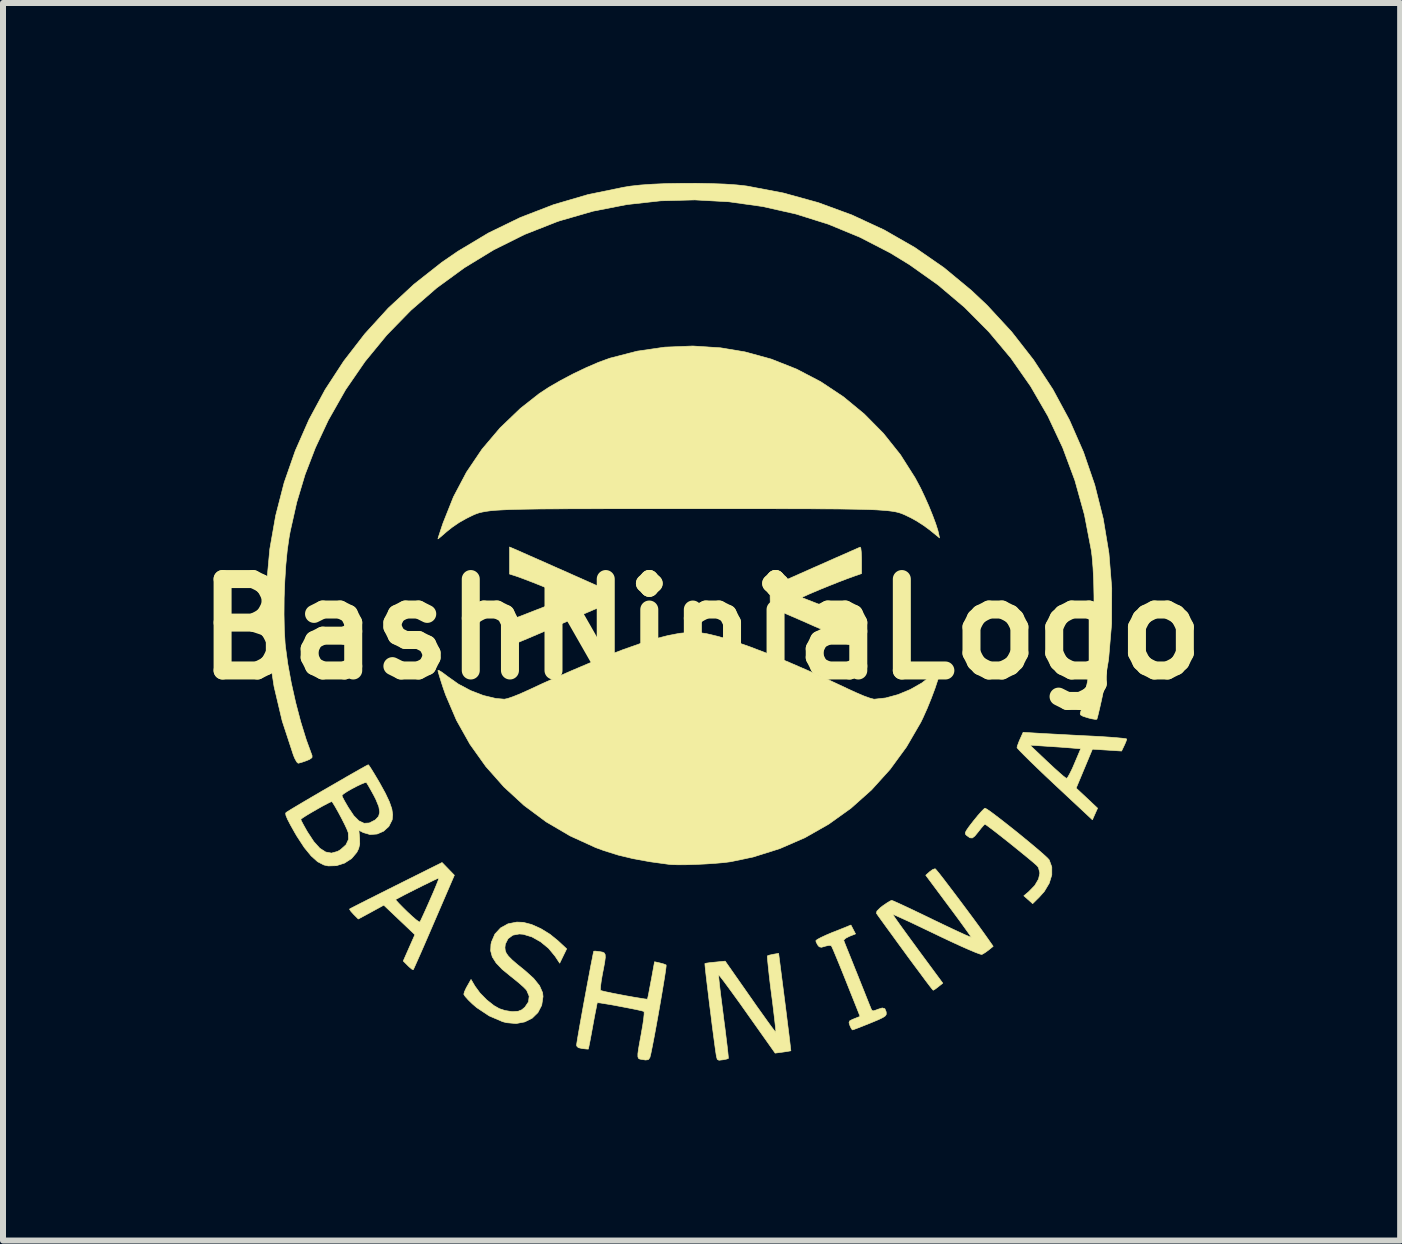
<source format=kicad_pcb>
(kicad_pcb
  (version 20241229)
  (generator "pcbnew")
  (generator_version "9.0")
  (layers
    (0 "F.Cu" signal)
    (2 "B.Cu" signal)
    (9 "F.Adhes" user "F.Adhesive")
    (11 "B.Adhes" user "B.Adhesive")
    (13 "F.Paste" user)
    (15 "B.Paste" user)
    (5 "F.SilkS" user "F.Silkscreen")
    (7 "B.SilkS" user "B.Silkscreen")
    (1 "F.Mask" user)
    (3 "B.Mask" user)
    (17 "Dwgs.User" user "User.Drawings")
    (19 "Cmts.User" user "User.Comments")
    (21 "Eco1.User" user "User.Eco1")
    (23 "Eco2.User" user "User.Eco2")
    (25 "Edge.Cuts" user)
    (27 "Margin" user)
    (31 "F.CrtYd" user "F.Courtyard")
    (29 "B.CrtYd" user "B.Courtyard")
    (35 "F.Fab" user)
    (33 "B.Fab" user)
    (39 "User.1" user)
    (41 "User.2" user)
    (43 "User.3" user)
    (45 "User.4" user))
  (footprint "BashNinjaLogo"
    (layer "F.Cu")
    (at 8.643 7.436)
    (property "Reference" "BashNinjaLogo" (at 0 0 0) (layer "F.SilkS") (effects (font (size 1.524 1.524) (thickness 0.3))))
    (attr through_hole)
    (fp_poly (pts (xy -3.118 -1.334) (xy -3.073 -1.315) (xy -2.99 -1.278) (xy -2.873 -1.226) (xy -2.73 -1.163) (xy -2.569 -1.092) (xy -2.395 -1.014) (xy -2.375 -1.006) (xy -1.714 -0.712) (xy -1.707 -0.538) (xy -1.7 -0.363) (xy -1.783 -0.33) (xy -1.832 -0.309) (xy -1.918 -0.272) (xy -2.034 -0.222) (xy -2.17 -0.161) (xy -2.319 -0.095) (xy -2.349 -0.082) (xy -2.553 0.008) (xy -2.739 0.088) (xy -2.901 0.157) (xy -3.035 0.213) (xy -3.136 0.253) (xy -3.199 0.275) (xy -3.216 0.279) (xy -3.222 0.26) (xy -3.216 0.239) (xy -3.208 0.194) (xy -3.202 0.116) (xy -3.2 0.025) (xy -3.2 -0.148) (xy -3.08 -0.193) (xy -3.013 -0.218) (xy -2.911 -0.258) (xy -2.786 -0.307) (xy -2.649 -0.36) (xy -2.593 -0.382) (xy -2.226 -0.527) (xy -2.306 -0.569) (xy -2.364 -0.596) (xy -2.458 -0.636) (xy -2.576 -0.684) (xy -2.706 -0.737) (xy -2.838 -0.789) (xy -2.958 -0.835) (xy -3.055 -0.871) (xy -3.105 -0.888) (xy -3.2 -0.918) (xy -3.2 -1.369) (xy -3.118 -1.334)) (stroke (width 0.01) (type solid)) (fill yes) (layer "F.SilkS"))
    (fp_poly (pts (xy 2.655 -1.348) (xy 2.662 -1.288) (xy 2.666 -1.2) (xy 2.667 -1.151) (xy 2.667 -0.926) (xy 2.534 -0.879) (xy 2.421 -0.838) (xy 2.28 -0.784) (xy 2.127 -0.723) (xy 1.979 -0.663) (xy 1.852 -0.609) (xy 1.793 -0.584) (xy 1.667 -0.527) (xy 1.894 -0.439) (xy 2.019 -0.391) (xy 2.168 -0.334) (xy 2.318 -0.276) (xy 2.394 -0.247) (xy 2.667 -0.143) (xy 2.667 0.068) (xy 2.666 0.164) (xy 2.664 0.237) (xy 2.662 0.275) (xy 2.661 0.278) (xy 2.636 0.269) (xy 2.576 0.247) (xy 2.502 0.218) (xy 2.434 0.19) (xy 2.329 0.146) (xy 2.195 0.089) (xy 2.043 0.022) (xy 1.879 -0.049) (xy 1.803 -0.083) (xy 1.646 -0.152) (xy 1.501 -0.215) (xy 1.376 -0.269) (xy 1.279 -0.31) (xy 1.217 -0.335) (xy 1.2 -0.341) (xy 1.17 -0.356) (xy 1.152 -0.383) (xy 1.145 -0.435) (xy 1.143 -0.525) (xy 1.143 -0.531) (xy 1.143 -0.702) (xy 1.883 -1.031) (xy 2.065 -1.111) (xy 2.231 -1.185) (xy 2.378 -1.249) (xy 2.497 -1.302) (xy 2.586 -1.341) (xy 2.636 -1.363) (xy 2.645 -1.367) (xy 2.655 -1.348)) (stroke (width 0.01) (type solid)) (fill yes) (layer "F.SilkS"))
    (fp_poly (pts (xy 5.608 1.735) (xy 5.706 1.741) (xy 5.843 1.748) (xy 6.01 1.757) (xy 6.193 1.767) (xy 6.383 1.777) (xy 6.471 1.781) (xy 6.641 1.79) (xy 6.794 1.8) (xy 6.921 1.81) (xy 7.017 1.819) (xy 7.074 1.827) (xy 7.087 1.832) (xy 7.077 1.866) (xy 7.052 1.926) (xy 7.044 1.942) (xy 7.001 2.032) (xy 6.515 2.001) (xy 6.244 2.65) (xy 6.423 2.817) (xy 6.601 2.985) (xy 6.558 3.081) (xy 6.515 3.178) (xy 5.886 2.591) (xy 5.737 2.451) (xy 5.601 2.321) (xy 5.482 2.206) (xy 5.384 2.109) (xy 5.311 2.035) (xy 5.268 1.988) (xy 5.258 1.973) (xy 5.268 1.934) (xy 5.474 1.934) (xy 5.766 2.211) (xy 5.867 2.305) (xy 5.957 2.386) (xy 6.027 2.447) (xy 6.073 2.482) (xy 6.084 2.488) (xy 6.105 2.467) (xy 6.138 2.408) (xy 6.181 2.321) (xy 6.215 2.242) (xy 6.32 1.994) (xy 6.113 1.977) (xy 5.979 1.967) (xy 5.827 1.957) (xy 5.69 1.948) (xy 5.69 1.948) (xy 5.474 1.934) (xy 5.268 1.934) (xy 5.269 1.934) (xy 5.294 1.867) (xy 5.31 1.831) (xy 5.36 1.72) (xy 5.608 1.735)) (stroke (width 0.01) (type solid)) (fill yes) (layer "F.SilkS"))
    (fp_poly (pts (xy 4.755 3) (xy 4.818 3.043) (xy 4.906 3.109) (xy 5.014 3.192) (xy 5.135 3.287) (xy 5.262 3.388) (xy 5.388 3.491) (xy 5.509 3.591) (xy 5.616 3.681) (xy 5.704 3.758) (xy 5.766 3.815) (xy 5.795 3.847) (xy 5.838 3.965) (xy 5.838 4.097) (xy 5.795 4.236) (xy 5.713 4.373) (xy 5.63 4.466) (xy 5.519 4.576) (xy 5.445 4.51) (xy 5.372 4.445) (xy 5.455 4.375) (xy 5.555 4.272) (xy 5.617 4.166) (xy 5.639 4.065) (xy 5.616 3.976) (xy 5.602 3.955) (xy 5.574 3.927) (xy 5.515 3.876) (xy 5.431 3.806) (xy 5.329 3.723) (xy 5.217 3.632) (xy 5.102 3.54) (xy 4.991 3.452) (xy 4.89 3.373) (xy 4.807 3.31) (xy 4.749 3.267) (xy 4.724 3.251) (xy 4.723 3.251) (xy 4.702 3.27) (xy 4.66 3.318) (xy 4.613 3.378) (xy 4.555 3.449) (xy 4.513 3.481) (xy 4.473 3.478) (xy 4.424 3.443) (xy 4.415 3.436) (xy 4.398 3.416) (xy 4.397 3.391) (xy 4.416 3.353) (xy 4.458 3.293) (xy 4.528 3.202) (xy 4.536 3.192) (xy 4.606 3.106) (xy 4.667 3.037) (xy 4.709 2.995) (xy 4.725 2.985) (xy 4.755 3)) (stroke (width 0.01) (type solid)) (fill yes) (layer "F.SilkS"))
    (fp_poly (pts (xy -4.222 3.996) (xy -4.12 4.102) (xy -4.457 4.884) (xy -4.537 5.07) (xy -4.611 5.241) (xy -4.677 5.392) (xy -4.732 5.516) (xy -4.773 5.608) (xy -4.798 5.663) (xy -4.805 5.677) (xy -4.828 5.668) (xy -4.872 5.631) (xy -4.894 5.61) (xy -4.972 5.532) (xy -4.875 5.312) (xy -4.778 5.093) (xy -5.037 4.847) (xy -5.296 4.601) (xy -5.508 4.717) (xy -5.721 4.832) (xy -5.799 4.754) (xy -5.844 4.704) (xy -5.866 4.671) (xy -5.866 4.665) (xy -5.841 4.651) (xy -5.777 4.618) (xy -5.677 4.567) (xy -5.562 4.509) (xy -5.1 4.509) (xy -5.085 4.527) (xy -5.042 4.574) (xy -4.976 4.641) (xy -4.909 4.707) (xy -4.828 4.783) (xy -4.76 4.842) (xy -4.713 4.876) (xy -4.696 4.882) (xy -4.68 4.854) (xy -4.649 4.787) (xy -4.605 4.691) (xy -4.553 4.574) (xy -4.525 4.51) (xy -4.471 4.387) (xy -4.427 4.282) (xy -4.395 4.202) (xy -4.379 4.156) (xy -4.378 4.148) (xy -4.401 4.157) (xy -4.46 4.184) (xy -4.545 4.226) (xy -4.648 4.276) (xy -4.758 4.331) (xy -4.867 4.386) (xy -4.965 4.436) (xy -5.042 4.477) (xy -5.091 4.503) (xy -5.1 4.509) (xy -5.562 4.509) (xy -5.548 4.502) (xy -5.395 4.425) (xy -5.224 4.339) (xy -5.09 4.272) (xy -4.325 3.89) (xy -4.222 3.996)) (stroke (width 0.01) (type solid)) (fill yes) (layer "F.SilkS"))
    (fp_poly (pts (xy 2.567 5.08) (xy 2.463 5.121) (xy 2.403 5.152) (xy 2.372 5.181) (xy 2.371 5.191) (xy 2.383 5.222) (xy 2.411 5.293) (xy 2.453 5.397) (xy 2.505 5.526) (xy 2.564 5.674) (xy 2.591 5.74) (xy 2.653 5.896) (xy 2.71 6.038) (xy 2.758 6.159) (xy 2.795 6.252) (xy 2.818 6.308) (xy 2.822 6.319) (xy 2.839 6.354) (xy 2.863 6.363) (xy 2.911 6.348) (xy 2.938 6.337) (xy 3.012 6.314) (xy 3.055 6.326) (xy 3.076 6.375) (xy 3.079 6.397) (xy 3.078 6.424) (xy 3.061 6.448) (xy 3.022 6.474) (xy 2.952 6.508) (xy 2.844 6.553) (xy 2.808 6.568) (xy 2.698 6.612) (xy 2.606 6.648) (xy 2.542 6.672) (xy 2.515 6.68) (xy 2.497 6.659) (xy 2.473 6.608) (xy 2.473 6.607) (xy 2.458 6.559) (xy 2.469 6.53) (xy 2.514 6.506) (xy 2.544 6.494) (xy 2.642 6.455) (xy 2.594 6.333) (xy 2.477 6.04) (xy 2.379 5.794) (xy 2.299 5.596) (xy 2.237 5.446) (xy 2.194 5.343) (xy 2.168 5.287) (xy 2.162 5.277) (xy 2.128 5.271) (xy 2.068 5.283) (xy 2.058 5.287) (xy 1.998 5.303) (xy 1.962 5.295) (xy 1.939 5.269) (xy 1.912 5.22) (xy 1.905 5.194) (xy 1.927 5.174) (xy 1.988 5.141) (xy 2.078 5.099) (xy 2.189 5.052) (xy 2.198 5.049) (xy 2.49 4.932) (xy 2.567 5.08)) (stroke (width 0.01) (type solid)) (fill yes) (layer "F.SilkS"))
    (fp_poly (pts (xy -2.972 4.887) (xy -2.833 4.923) (xy -2.679 4.992) (xy -2.526 5.086) (xy -2.393 5.194) (xy -2.248 5.329) (xy -2.306 5.448) (xy -2.364 5.568) (xy -2.441 5.452) (xy -2.55 5.32) (xy -2.683 5.211) (xy -2.827 5.13) (xy -2.972 5.086) (xy -3.038 5.081) (xy -3.145 5.101) (xy -3.225 5.16) (xy -3.27 5.249) (xy -3.277 5.307) (xy -3.272 5.356) (xy -3.255 5.401) (xy -3.219 5.451) (xy -3.16 5.511) (xy -3.07 5.589) (xy -2.946 5.689) (xy -2.799 5.821) (xy -2.7 5.944) (xy -2.649 6.06) (xy -2.642 6.124) (xy -2.664 6.269) (xy -2.727 6.391) (xy -2.823 6.485) (xy -2.947 6.547) (xy -3.091 6.574) (xy -3.249 6.56) (xy -3.315 6.543) (xy -3.539 6.447) (xy -3.748 6.308) (xy -3.819 6.247) (xy -3.888 6.18) (xy -3.939 6.123) (xy -3.962 6.087) (xy -3.962 6.083) (xy -3.951 6.043) (xy -3.921 5.978) (xy -3.902 5.945) (xy -3.842 5.839) (xy -3.777 5.95) (xy -3.692 6.066) (xy -3.581 6.179) (xy -3.46 6.275) (xy -3.37 6.326) (xy -3.275 6.357) (xy -3.169 6.374) (xy -3.141 6.375) (xy -3.056 6.369) (xy -2.996 6.345) (xy -2.944 6.301) (xy -2.884 6.212) (xy -2.873 6.118) (xy -2.913 6.024) (xy -2.923 6.01) (xy -2.967 5.965) (xy -3.039 5.901) (xy -3.128 5.828) (xy -3.175 5.791) (xy -3.322 5.671) (xy -3.424 5.564) (xy -3.488 5.463) (xy -3.515 5.362) (xy -3.51 5.254) (xy -3.501 5.214) (xy -3.444 5.082) (xy -3.349 4.98) (xy -3.226 4.912) (xy -3.08 4.883) (xy -2.972 4.887)) (stroke (width 0.01) (type solid)) (fill yes) (layer "F.SilkS"))
    (fp_poly (pts (xy 1.389 6.214) (xy 1.414 6.411) (xy 1.436 6.59) (xy 1.456 6.747) (xy 1.471 6.874) (xy 1.482 6.967) (xy 1.488 7.019) (xy 1.489 7.028) (xy 1.464 7.033) (xy 1.404 7.043) (xy 1.356 7.05) (xy 1.227 7.067) (xy 0.759 6.406) (xy 0.646 6.246) (xy 0.541 6.101) (xy 0.45 5.976) (xy 0.376 5.876) (xy 0.321 5.805) (xy 0.29 5.768) (xy 0.285 5.765) (xy 0.286 5.794) (xy 0.293 5.867) (xy 0.305 5.977) (xy 0.322 6.118) (xy 0.343 6.281) (xy 0.366 6.461) (xy 0.366 6.466) (xy 0.39 6.646) (xy 0.41 6.809) (xy 0.427 6.948) (xy 0.439 7.056) (xy 0.446 7.128) (xy 0.447 7.156) (xy 0.447 7.156) (xy 0.418 7.166) (xy 0.36 7.178) (xy 0.349 7.179) (xy 0.291 7.186) (xy 0.262 7.171) (xy 0.249 7.123) (xy 0.244 7.096) (xy 0.231 7.009) (xy 0.215 6.89) (xy 0.196 6.747) (xy 0.175 6.587) (xy 0.154 6.416) (xy 0.132 6.244) (xy 0.112 6.076) (xy 0.093 5.921) (xy 0.077 5.786) (xy 0.065 5.679) (xy 0.058 5.606) (xy 0.056 5.575) (xy 0.056 5.574) (xy 0.084 5.567) (xy 0.148 5.558) (xy 0.229 5.55) (xy 0.394 5.534) (xy 0.812 6.131) (xy 0.919 6.284) (xy 1.017 6.421) (xy 1.101 6.539) (xy 1.168 6.631) (xy 1.215 6.693) (xy 1.237 6.72) (xy 1.238 6.72) (xy 1.238 6.694) (xy 1.231 6.624) (xy 1.219 6.517) (xy 1.203 6.381) (xy 1.184 6.222) (xy 1.166 6.086) (xy 1.144 5.913) (xy 1.126 5.758) (xy 1.112 5.627) (xy 1.102 5.526) (xy 1.097 5.464) (xy 1.098 5.446) (xy 1.13 5.434) (xy 1.19 5.421) (xy 1.198 5.419) (xy 1.285 5.405) (xy 1.389 6.214)) (stroke (width 0.01) (type solid)) (fill yes) (layer "F.SilkS"))
    (fp_poly (pts (xy 3.895 3.995) (xy 3.916 4.017) (xy 3.962 4.073) (xy 4.029 4.159) (xy 4.112 4.268) (xy 4.208 4.394) (xy 4.311 4.531) (xy 4.417 4.673) (xy 4.522 4.814) (xy 4.621 4.949) (xy 4.709 5.071) (xy 4.782 5.174) (xy 4.793 5.19) (xy 4.861 5.287) (xy 4.786 5.348) (xy 4.726 5.392) (xy 4.676 5.421) (xy 4.671 5.423) (xy 4.638 5.415) (xy 4.565 5.388) (xy 4.458 5.343) (xy 4.32 5.282) (xy 4.159 5.208) (xy 3.979 5.123) (xy 3.913 5.091) (xy 3.737 5.007) (xy 3.576 4.93) (xy 3.436 4.864) (xy 3.322 4.812) (xy 3.24 4.775) (xy 3.195 4.756) (xy 3.189 4.754) (xy 3.201 4.776) (xy 3.24 4.833) (xy 3.302 4.921) (xy 3.383 5.033) (xy 3.479 5.165) (xy 3.587 5.312) (xy 3.601 5.332) (xy 4.021 5.901) (xy 3.947 5.96) (xy 3.896 5.999) (xy 3.864 6.018) (xy 3.861 6.019) (xy 3.843 5.999) (xy 3.799 5.943) (xy 3.733 5.856) (xy 3.649 5.742) (xy 3.549 5.608) (xy 3.438 5.458) (xy 3.391 5.393) (xy 3.276 5.236) (xy 3.171 5.091) (xy 3.078 4.964) (xy 3.003 4.86) (xy 2.948 4.784) (xy 2.919 4.742) (xy 2.915 4.736) (xy 2.923 4.7) (xy 2.977 4.646) (xy 3.02 4.612) (xy 3.09 4.564) (xy 3.145 4.531) (xy 3.17 4.521) (xy 3.199 4.532) (xy 3.267 4.562) (xy 3.369 4.609) (xy 3.499 4.67) (xy 3.65 4.742) (xy 3.816 4.822) (xy 3.846 4.837) (xy 4.013 4.917) (xy 4.164 4.989) (xy 4.293 5.049) (xy 4.395 5.096) (xy 4.464 5.125) (xy 4.494 5.136) (xy 4.495 5.135) (xy 4.48 5.111) (xy 4.439 5.052) (xy 4.375 4.963) (xy 4.294 4.851) (xy 4.198 4.721) (xy 4.115 4.61) (xy 3.737 4.102) (xy 3.802 4.044) (xy 3.853 4.007) (xy 3.892 3.994) (xy 3.895 3.995)) (stroke (width 0.01) (type solid)) (fill yes) (layer "F.SilkS"))
    (fp_poly (pts (xy -0.038 0.058) (xy 0.081 0.075) (xy 0.282 0.123) (xy 0.524 0.196) (xy 0.802 0.293) (xy 1.114 0.412) (xy 1.457 0.553) (xy 1.826 0.713) (xy 2.22 0.893) (xy 2.448 1) (xy 2.586 1.063) (xy 2.708 1.115) (xy 2.806 1.15) (xy 2.87 1.167) (xy 2.88 1.168) (xy 3.07 1.147) (xy 3.275 1.091) (xy 3.48 1.006) (xy 3.672 0.897) (xy 3.835 0.771) (xy 3.838 0.768) (xy 3.994 0.623) (xy 3.975 0.712) (xy 3.942 0.834) (xy 3.892 0.986) (xy 3.829 1.154) (xy 3.76 1.324) (xy 3.69 1.48) (xy 3.654 1.554) (xy 3.417 1.962) (xy 3.142 2.338) (xy 2.833 2.68) (xy 2.492 2.984) (xy 2.121 3.25) (xy 1.724 3.476) (xy 1.303 3.659) (xy 0.861 3.798) (xy 0.485 3.877) (xy 0.376 3.891) (xy 0.236 3.903) (xy 0.077 3.914) (xy -0.089 3.922) (xy -0.248 3.927) (xy -0.388 3.928) (xy -0.496 3.925) (xy -0.533 3.922) (xy -0.854 3.878) (xy -1.136 3.827) (xy -1.39 3.766) (xy -1.626 3.692) (xy -1.765 3.641) (xy -2.19 3.447) (xy -2.589 3.213) (xy -2.958 2.939) (xy -3.294 2.63) (xy -3.596 2.289) (xy -3.861 1.917) (xy -4.085 1.518) (xy -4.266 1.095) (xy -4.305 0.984) (xy -4.341 0.873) (xy -4.37 0.779) (xy -4.389 0.713) (xy -4.394 0.688) (xy -4.376 0.689) (xy -4.329 0.717) (xy -4.261 0.767) (xy -4.235 0.787) (xy -4.051 0.917) (xy -3.847 1.025) (xy -3.636 1.106) (xy -3.431 1.155) (xy -3.286 1.168) (xy -3.233 1.157) (xy -3.145 1.127) (xy -3.032 1.082) (xy -2.903 1.024) (xy -2.88 1.014) (xy -2.653 0.908) (xy -2.405 0.797) (xy -2.148 0.685) (xy -1.894 0.577) (xy -1.653 0.477) (xy -1.439 0.392) (xy -1.311 0.343) (xy -1.022 0.241) (xy -0.771 0.161) (xy -0.552 0.105) (xy -0.361 0.069) (xy -0.192 0.054) (xy -0.038 0.058)) (stroke (width 0.01) (type solid)) (fill yes) (layer "F.SilkS"))
    (fp_poly (pts (xy 0.316 -4.689) (xy 0.724 -4.621) (xy 1.162 -4.501) (xy 1.584 -4.334) (xy 1.986 -4.124) (xy 2.364 -3.873) (xy 2.713 -3.585) (xy 3.032 -3.262) (xy 3.315 -2.907) (xy 3.559 -2.523) (xy 3.651 -2.351) (xy 3.72 -2.205) (xy 3.789 -2.05) (xy 3.851 -1.897) (xy 3.903 -1.758) (xy 3.939 -1.646) (xy 3.949 -1.605) (xy 3.967 -1.52) (xy 3.806 -1.651) (xy 3.704 -1.726) (xy 3.591 -1.799) (xy 3.492 -1.854) (xy 3.491 -1.855) (xy 3.446 -1.876) (xy 3.406 -1.896) (xy 3.368 -1.913) (xy 3.328 -1.929) (xy 3.285 -1.943) (xy 3.235 -1.955) (xy 3.175 -1.965) (xy 3.104 -1.974) (xy 3.017 -1.981) (xy 2.913 -1.988) (xy 2.788 -1.993) (xy 2.641 -1.997) (xy 2.467 -2) (xy 2.265 -2.003) (xy 2.031 -2.004) (xy 1.763 -2.006) (xy 1.458 -2.006) (xy 1.114 -2.007) (xy 0.727 -2.007) (xy 0.294 -2.007) (xy -0.186 -2.007) (xy -0.203 -2.007) (xy -0.686 -2.007) (xy -1.12 -2.007) (xy -1.509 -2.007) (xy -1.856 -2.006) (xy -2.163 -2.006) (xy -2.433 -2.004) (xy -2.668 -2.003) (xy -2.872 -2) (xy -3.048 -1.997) (xy -3.197 -1.993) (xy -3.323 -1.987) (xy -3.429 -1.981) (xy -3.517 -1.973) (xy -3.59 -1.963) (xy -3.651 -1.952) (xy -3.703 -1.94) (xy -3.748 -1.925) (xy -3.789 -1.909) (xy -3.829 -1.89) (xy -3.87 -1.87) (xy -3.916 -1.847) (xy -3.924 -1.843) (xy -4.039 -1.778) (xy -4.159 -1.696) (xy -4.248 -1.625) (xy -4.317 -1.565) (xy -4.368 -1.522) (xy -4.393 -1.504) (xy -4.394 -1.504) (xy -4.387 -1.531) (xy -4.366 -1.595) (xy -4.336 -1.687) (xy -4.308 -1.77) (xy -4.135 -2.204) (xy -3.918 -2.615) (xy -3.659 -2.999) (xy -3.358 -3.354) (xy -3.019 -3.679) (xy -2.705 -3.926) (xy -2.545 -4.031) (xy -2.351 -4.143) (xy -2.139 -4.255) (xy -1.921 -4.359) (xy -1.715 -4.448) (xy -1.533 -4.514) (xy -1.524 -4.517) (xy -1.074 -4.633) (xy -0.613 -4.7) (xy -0.148 -4.719) (xy 0.316 -4.689)) (stroke (width 0.01) (type solid)) (fill yes) (layer "F.SilkS"))
    (fp_poly (pts (xy -1.71 5.374) (xy -1.694 5.376) (xy -1.65 5.384) (xy -1.621 5.398) (xy -1.606 5.425) (xy -1.604 5.473) (xy -1.614 5.55) (xy -1.635 5.665) (xy -1.651 5.745) (xy -1.67 5.854) (xy -1.682 5.944) (xy -1.686 6.004) (xy -1.682 6.022) (xy -1.653 6.031) (xy -1.585 6.047) (xy -1.489 6.067) (xy -1.376 6.089) (xy -1.255 6.112) (xy -1.137 6.133) (xy -1.033 6.15) (xy -0.953 6.163) (xy -0.908 6.168) (xy -0.902 6.167) (xy -0.895 6.14) (xy -0.881 6.074) (xy -0.863 5.977) (xy -0.841 5.86) (xy -0.839 5.852) (xy -0.783 5.544) (xy -0.694 5.564) (xy -0.631 5.581) (xy -0.592 5.597) (xy -0.59 5.599) (xy -0.591 5.626) (xy -0.6 5.696) (xy -0.616 5.802) (xy -0.638 5.936) (xy -0.664 6.092) (xy -0.693 6.261) (xy -0.724 6.438) (xy -0.756 6.615) (xy -0.787 6.784) (xy -0.817 6.939) (xy -0.843 7.068) (xy -0.861 7.141) (xy -0.887 7.176) (xy -0.934 7.182) (xy -1.01 7.17) (xy -1.036 7.164) (xy -1.053 7.151) (xy -1.061 7.125) (xy -1.061 7.077) (xy -1.051 7.002) (xy -1.032 6.892) (xy -1.004 6.74) (xy -1.003 6.732) (xy -0.981 6.607) (xy -0.965 6.499) (xy -0.957 6.42) (xy -0.957 6.378) (xy -0.959 6.374) (xy -0.988 6.364) (xy -1.056 6.348) (xy -1.152 6.328) (xy -1.265 6.306) (xy -1.386 6.283) (xy -1.503 6.261) (xy -1.607 6.244) (xy -1.687 6.231) (xy -1.731 6.227) (xy -1.738 6.228) (xy -1.744 6.254) (xy -1.757 6.322) (xy -1.777 6.422) (xy -1.8 6.545) (xy -1.813 6.616) (xy -1.837 6.748) (xy -1.858 6.86) (xy -1.875 6.945) (xy -1.885 6.992) (xy -1.887 7) (xy -1.913 6.999) (xy -1.971 6.993) (xy -1.988 6.991) (xy -2.054 6.976) (xy -2.08 6.949) (xy -2.083 6.931) (xy -2.078 6.896) (xy -2.066 6.82) (xy -2.047 6.71) (xy -2.023 6.573) (xy -1.995 6.417) (xy -1.965 6.25) (xy -1.933 6.078) (xy -1.902 5.91) (xy -1.872 5.752) (xy -1.846 5.612) (xy -1.823 5.497) (xy -1.807 5.414) (xy -1.797 5.372) (xy -1.795 5.368) (xy -1.768 5.367) (xy -1.71 5.374)) (stroke (width 0.01) (type solid)) (fill yes) (layer "F.SilkS"))
    (fp_poly (pts (xy -5.537 2.281) (xy -5.5 2.338) (xy -5.448 2.423) (xy -5.386 2.527) (xy -5.369 2.556) (xy -5.271 2.734) (xy -5.203 2.878) (xy -5.162 2.996) (xy -5.148 3.093) (xy -5.156 3.176) (xy -5.158 3.182) (xy -5.212 3.289) (xy -5.299 3.368) (xy -5.407 3.415) (xy -5.525 3.424) (xy -5.638 3.391) (xy -5.711 3.353) (xy -5.699 3.486) (xy -5.697 3.583) (xy -5.715 3.658) (xy -5.746 3.721) (xy -5.833 3.824) (xy -5.951 3.9) (xy -6.086 3.943) (xy -6.223 3.947) (xy -6.295 3.931) (xy -6.399 3.877) (xy -6.507 3.78) (xy -6.622 3.639) (xy -6.745 3.451) (xy -6.78 3.391) (xy -6.853 3.261) (xy -6.899 3.172) (xy -6.68 3.172) (xy -6.668 3.2) (xy -6.636 3.261) (xy -6.59 3.343) (xy -6.568 3.381) (xy -6.463 3.541) (xy -6.363 3.652) (xy -6.265 3.715) (xy -6.167 3.733) (xy -6.067 3.705) (xy -6.017 3.676) (xy -5.926 3.594) (xy -5.884 3.504) (xy -5.888 3.398) (xy -5.891 3.385) (xy -5.912 3.332) (xy -5.951 3.249) (xy -6.002 3.149) (xy -6.056 3.048) (xy -6.107 2.958) (xy -6.147 2.893) (xy -6.161 2.874) (xy -6.185 2.882) (xy -6.242 2.91) (xy -6.321 2.952) (xy -6.411 3.003) (xy -6.503 3.056) (xy -6.585 3.105) (xy -6.647 3.145) (xy -6.678 3.169) (xy -6.68 3.172) (xy -6.899 3.172) (xy -6.901 3.168) (xy -6.927 3.106) (xy -6.932 3.07) (xy -6.926 3.058) (xy -6.898 3.039) (xy -6.833 2.999) (xy -6.738 2.942) (xy -6.62 2.872) (xy -6.484 2.792) (xy -6.454 2.775) (xy -5.994 2.775) (xy -5.982 2.804) (xy -5.95 2.865) (xy -5.903 2.946) (xy -5.886 2.975) (xy -5.796 3.11) (xy -5.71 3.196) (xy -5.625 3.236) (xy -5.538 3.231) (xy -5.444 3.183) (xy -5.436 3.178) (xy -5.383 3.122) (xy -5.364 3.051) (xy -5.379 2.959) (xy -5.428 2.839) (xy -5.461 2.774) (xy -5.511 2.683) (xy -5.553 2.609) (xy -5.581 2.564) (xy -5.587 2.557) (xy -5.615 2.56) (xy -5.674 2.584) (xy -5.752 2.621) (xy -5.835 2.665) (xy -5.911 2.709) (xy -5.968 2.747) (xy -5.994 2.773) (xy -5.994 2.775) (xy -6.454 2.775) (xy -6.337 2.706) (xy -6.186 2.619) (xy -6.037 2.533) (xy -5.898 2.452) (xy -5.773 2.381) (xy -5.671 2.323) (xy -5.597 2.282) (xy -5.558 2.262) (xy -5.554 2.261) (xy -5.537 2.281)) (stroke (width 0.01) (type solid)) (fill yes) (layer "F.SilkS"))
    (fp_poly (pts (xy 0.156 -7.426) (xy 0.385 -7.418) (xy 0.587 -7.404) (xy 0.749 -7.386) (xy 0.756 -7.385) (xy 1.361 -7.27) (xy 1.945 -7.109) (xy 2.506 -6.903) (xy 3.043 -6.654) (xy 3.554 -6.361) (xy 4.039 -6.025) (xy 4.497 -5.646) (xy 4.761 -5.397) (xy 5.169 -4.955) (xy 5.534 -4.487) (xy 5.856 -3.996) (xy 6.133 -3.483) (xy 6.366 -2.951) (xy 6.554 -2.403) (xy 6.695 -1.841) (xy 6.79 -1.267) (xy 6.837 -0.684) (xy 6.835 -0.094) (xy 6.785 0.501) (xy 6.685 1.097) (xy 6.664 1.194) (xy 6.638 1.309) (xy 6.615 1.406) (xy 6.598 1.474) (xy 6.589 1.502) (xy 6.562 1.504) (xy 6.5 1.494) (xy 6.438 1.478) (xy 6.357 1.452) (xy 6.317 1.429) (xy 6.311 1.403) (xy 6.313 1.399) (xy 6.331 1.34) (xy 6.355 1.243) (xy 6.383 1.116) (xy 6.413 0.972) (xy 6.443 0.822) (xy 6.47 0.675) (xy 6.493 0.543) (xy 6.494 0.533) (xy 6.513 0.369) (xy 6.528 0.166) (xy 6.537 -0.064) (xy 6.542 -0.31) (xy 6.541 -0.559) (xy 6.536 -0.801) (xy 6.525 -1.023) (xy 6.509 -1.214) (xy 6.496 -1.314) (xy 6.382 -1.907) (xy 6.223 -2.478) (xy 6.019 -3.026) (xy 5.773 -3.55) (xy 5.485 -4.047) (xy 5.157 -4.516) (xy 4.789 -4.955) (xy 4.384 -5.363) (xy 3.942 -5.737) (xy 3.464 -6.076) (xy 3.145 -6.271) (xy 2.639 -6.532) (xy 2.114 -6.749) (xy 1.573 -6.919) (xy 1.018 -7.044) (xy 0.456 -7.123) (xy -0.112 -7.154) (xy -0.681 -7.139) (xy -1.248 -7.076) (xy -1.809 -6.966) (xy -2.36 -6.807) (xy -2.413 -6.789) (xy -2.949 -6.578) (xy -3.463 -6.322) (xy -3.952 -6.024) (xy -4.414 -5.687) (xy -4.846 -5.312) (xy -5.246 -4.902) (xy -5.609 -4.46) (xy -5.934 -3.988) (xy -6.217 -3.489) (xy -6.225 -3.474) (xy -6.437 -3.021) (xy -6.609 -2.574) (xy -6.747 -2.114) (xy -6.856 -1.629) (xy -6.875 -1.524) (xy -6.905 -1.314) (xy -6.929 -1.068) (xy -6.946 -0.799) (xy -6.957 -0.52) (xy -6.959 -0.246) (xy -6.954 0.01) (xy -6.941 0.234) (xy -6.936 0.286) (xy -6.896 0.581) (xy -6.838 0.898) (xy -6.765 1.224) (xy -6.681 1.544) (xy -6.589 1.842) (xy -6.493 2.105) (xy -6.491 2.111) (xy -6.493 2.142) (xy -6.533 2.171) (xy -6.585 2.193) (xy -6.657 2.218) (xy -6.711 2.233) (xy -6.724 2.235) (xy -6.748 2.213) (xy -6.779 2.157) (xy -6.802 2.102) (xy -6.989 1.532) (xy -7.125 0.957) (xy -7.214 0.38) (xy -7.254 -0.196) (xy -7.248 -0.768) (xy -7.196 -1.335) (xy -7.098 -1.893) (xy -6.957 -2.441) (xy -6.771 -2.974) (xy -6.543 -3.492) (xy -6.274 -3.991) (xy -5.963 -4.468) (xy -5.612 -4.922) (xy -5.222 -5.35) (xy -4.793 -5.748) (xy -4.327 -6.115) (xy -4.059 -6.299) (xy -3.553 -6.602) (xy -3.022 -6.86) (xy -2.468 -7.074) (xy -1.892 -7.243) (xy -1.298 -7.365) (xy -1.181 -7.384) (xy -1.018 -7.402) (xy -0.817 -7.416) (xy -0.587 -7.426) (xy -0.341 -7.43) (xy -0.09 -7.431) (xy 0.156 -7.426)) (stroke (width 0.01) (type solid)) (fill yes) (layer "F.SilkS")))
  (gr_rect
    (start -3 -3)
    (end 20.287 17.627)
    (stroke (width 0.1) (type default))
    (fill no)
    (layer "Edge.Cuts")))
</source>
